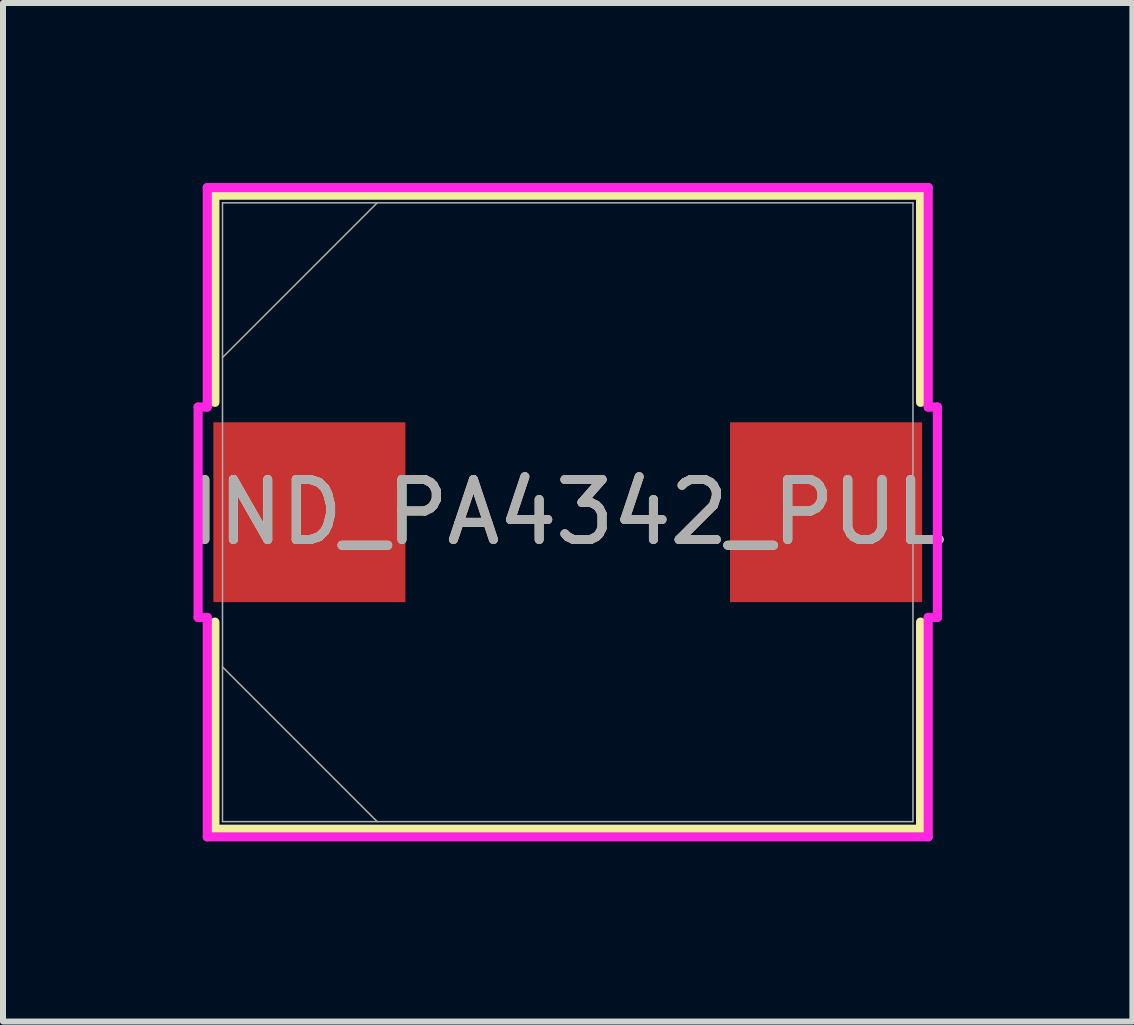
<source format=kicad_pcb>
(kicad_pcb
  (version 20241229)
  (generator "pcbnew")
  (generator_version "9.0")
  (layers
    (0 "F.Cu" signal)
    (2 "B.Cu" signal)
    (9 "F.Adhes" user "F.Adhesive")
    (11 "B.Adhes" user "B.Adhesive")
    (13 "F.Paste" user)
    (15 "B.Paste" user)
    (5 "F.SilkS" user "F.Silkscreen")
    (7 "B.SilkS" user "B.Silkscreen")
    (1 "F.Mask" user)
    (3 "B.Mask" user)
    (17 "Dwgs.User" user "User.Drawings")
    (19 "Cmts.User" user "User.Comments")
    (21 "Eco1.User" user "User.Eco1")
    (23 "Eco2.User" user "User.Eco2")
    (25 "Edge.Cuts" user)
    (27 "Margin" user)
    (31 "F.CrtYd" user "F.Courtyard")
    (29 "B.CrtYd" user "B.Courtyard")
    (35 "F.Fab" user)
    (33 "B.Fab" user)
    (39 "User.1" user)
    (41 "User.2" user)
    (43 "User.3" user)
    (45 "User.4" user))
  (footprint "IND_PA4342_PUL"
    (layer "F.Cu")
    (at 6.411 5.486)
    (property "Reference" "IND_PA4342_PUL" (at 0 0 0) (unlocked yes) (layer "F.SilkS") (effects (font (size 1 1) (thickness 0.15))))
    (attr smd)
    (fp_line (start -5.88 -5.283) (end -5.88 -1.831) (stroke (width 0.152) (type solid)) (layer "F.SilkS"))
    (fp_line (start -5.88 1.831) (end -5.88 5.283) (stroke (width 0.152) (type solid)) (layer "F.SilkS"))
    (fp_line (start -5.88 5.283) (end 5.88 5.283) (stroke (width 0.152) (type solid)) (layer "F.SilkS"))
    (fp_line (start 5.88 -5.283) (end -5.88 -5.283) (stroke (width 0.152) (type solid)) (layer "F.SilkS"))
    (fp_line (start 5.88 -1.831) (end 5.88 -5.283) (stroke (width 0.152) (type solid)) (layer "F.SilkS"))
    (fp_line (start 5.88 5.283) (end 5.88 1.831) (stroke (width 0.152) (type solid)) (layer "F.SilkS"))
    (fp_line (start -6.16 -1.753) (end -6.007 -1.753) (stroke (width 0.152) (type solid)) (layer "F.CrtYd"))
    (fp_line (start -6.16 1.753) (end -6.16 -1.753) (stroke (width 0.152) (type solid)) (layer "F.CrtYd"))
    (fp_line (start -6.007 -5.41) (end 6.007 -5.41) (stroke (width 0.152) (type solid)) (layer "F.CrtYd"))
    (fp_line (start -6.007 -1.753) (end -6.007 -5.41) (stroke (width 0.152) (type solid)) (layer "F.CrtYd"))
    (fp_line (start -6.007 1.753) (end -6.16 1.753) (stroke (width 0.152) (type solid)) (layer "F.CrtYd"))
    (fp_line (start -6.007 1.753) (end -6.007 5.41) (stroke (width 0.152) (type solid)) (layer "F.CrtYd"))
    (fp_line (start -6.007 5.41) (end 6.007 5.41) (stroke (width 0.152) (type solid)) (layer "F.CrtYd"))
    (fp_line (start 6.007 -5.41) (end 6.007 -1.753) (stroke (width 0.152) (type solid)) (layer "F.CrtYd"))
    (fp_line (start 6.007 -1.753) (end 6.16 -1.753) (stroke (width 0.152) (type solid)) (layer "F.CrtYd"))
    (fp_line (start 6.007 1.753) (end 6.16 1.753) (stroke (width 0.152) (type solid)) (layer "F.CrtYd"))
    (fp_line (start 6.007 5.41) (end 6.007 1.753) (stroke (width 0.152) (type solid)) (layer "F.CrtYd"))
    (fp_line (start 6.16 -1.753) (end 6.16 1.753) (stroke (width 0.152) (type solid)) (layer "F.CrtYd"))
    (fp_line (start -5.753 -5.156) (end -5.753 5.156) (stroke (width 0.025) (type solid)) (layer "F.Fab"))
    (fp_line (start -5.753 -2.578) (end -3.175 -5.156) (stroke (width 0.025) (type solid)) (layer "F.Fab"))
    (fp_line (start -5.753 2.578) (end -3.175 5.156) (stroke (width 0.025) (type solid)) (layer "F.Fab"))
    (fp_line (start -5.753 5.156) (end 5.753 5.156) (stroke (width 0.025) (type solid)) (layer "F.Fab"))
    (fp_line (start 5.753 -5.156) (end -5.753 -5.156) (stroke (width 0.025) (type solid)) (layer "F.Fab"))
    (fp_line (start 5.753 5.156) (end 5.753 -5.156) (stroke (width 0.025) (type solid)) (layer "F.Fab"))
    (fp_text user "${REFERENCE}" (at 0 0 0) (unlocked yes) (layer "F.Fab") (effects (font (size 1 1) (thickness 0.15))))
    (pad "1" smd rect (at -4.305 0 90) (size 2.997 3.2) (layers "F.Cu" "F.Mask" "F.Paste"))
    (pad "2" smd rect (at 4.305 0 90) (size 2.997 3.2) (layers "F.Cu" "F.Mask" "F.Paste")))
  (gr_rect
    (start -3 -3)
    (end 15.821 13.973)
    (stroke (width 0.1) (type default))
    (fill no)
    (layer "Edge.Cuts")))
</source>
